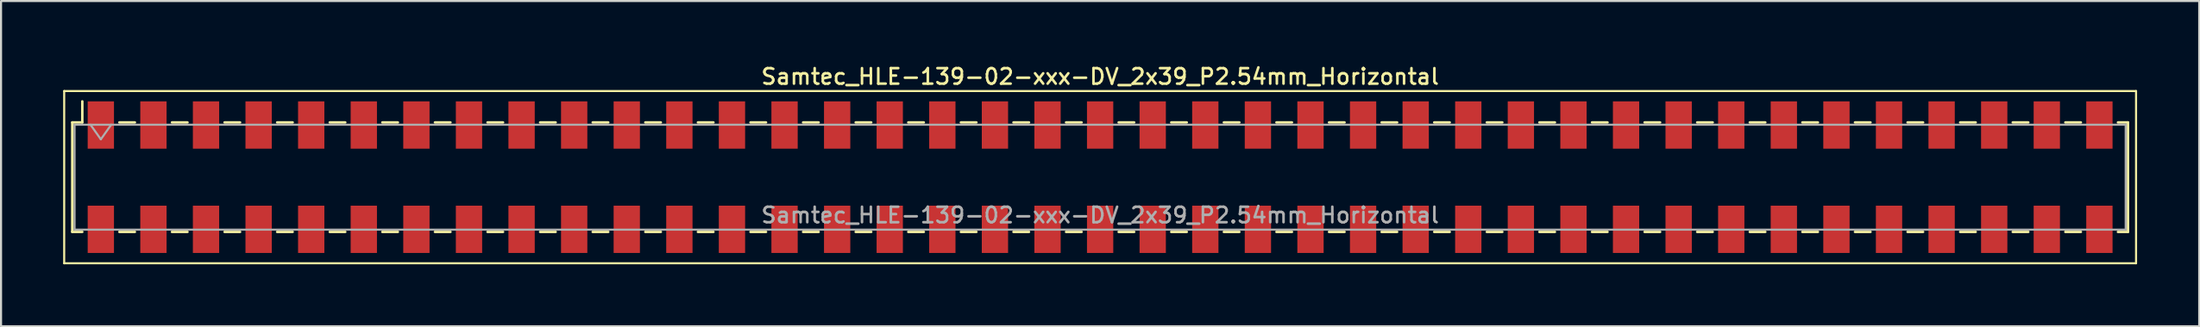
<source format=kicad_pcb>
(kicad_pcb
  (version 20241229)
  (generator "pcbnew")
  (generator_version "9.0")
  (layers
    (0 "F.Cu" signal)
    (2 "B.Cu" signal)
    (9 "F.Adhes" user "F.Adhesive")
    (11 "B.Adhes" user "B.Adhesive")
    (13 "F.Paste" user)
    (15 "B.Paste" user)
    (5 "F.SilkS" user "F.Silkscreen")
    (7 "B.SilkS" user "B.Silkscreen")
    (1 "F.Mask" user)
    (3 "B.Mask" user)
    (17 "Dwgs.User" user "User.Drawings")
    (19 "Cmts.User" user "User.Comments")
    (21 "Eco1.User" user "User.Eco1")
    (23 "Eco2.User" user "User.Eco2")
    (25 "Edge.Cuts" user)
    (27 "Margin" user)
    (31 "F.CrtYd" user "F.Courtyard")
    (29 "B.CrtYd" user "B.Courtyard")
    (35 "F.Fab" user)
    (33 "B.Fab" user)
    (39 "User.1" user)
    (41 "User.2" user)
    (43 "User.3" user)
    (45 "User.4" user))
  (footprint "Samtec_HLE-139-02-xxx-DV_2x39_P2.54mm_Horizontal"
    (layer "F.Cu")
    (at 50.08 5.528)
    (property "Reference" "Samtec_HLE-139-02-xxx-DV_2x39_P2.54mm_Horizontal" (at 0 -4.87 0) (layer "F.SilkS") (effects (font (size 0.75 0.75) (thickness 0.125))))
    (attr smd)
    (fp_line (start -50.03 -4.17) (end 50.03 -4.17) (stroke (width 0.1) (type solid)) (layer "F.SilkS"))
    (fp_line (start -50.03 4.17) (end -50.03 -4.17) (stroke (width 0.1) (type solid)) (layer "F.SilkS"))
    (fp_line (start -49.64 -2.65) (end -49.64 2.65) (stroke (width 0.12) (type solid)) (layer "F.SilkS"))
    (fp_line (start -49.64 2.65) (end -49.155 2.65) (stroke (width 0.12) (type solid)) (layer "F.SilkS"))
    (fp_line (start -49.155 -3.67) (end -49.155 -2.65) (stroke (width 0.12) (type solid)) (layer "F.SilkS"))
    (fp_line (start -49.155 -2.65) (end -49.64 -2.65) (stroke (width 0.12) (type solid)) (layer "F.SilkS"))
    (fp_line (start -47.365 -2.65) (end -46.615 -2.65) (stroke (width 0.12) (type solid)) (layer "F.SilkS"))
    (fp_line (start -47.365 2.65) (end -46.615 2.65) (stroke (width 0.12) (type solid)) (layer "F.SilkS"))
    (fp_line (start -44.825 -2.65) (end -44.075 -2.65) (stroke (width 0.12) (type solid)) (layer "F.SilkS"))
    (fp_line (start -44.825 2.65) (end -44.075 2.65) (stroke (width 0.12) (type solid)) (layer "F.SilkS"))
    (fp_line (start -42.285 -2.65) (end -41.535 -2.65) (stroke (width 0.12) (type solid)) (layer "F.SilkS"))
    (fp_line (start -42.285 2.65) (end -41.535 2.65) (stroke (width 0.12) (type solid)) (layer "F.SilkS"))
    (fp_line (start -39.745 -2.65) (end -38.995 -2.65) (stroke (width 0.12) (type solid)) (layer "F.SilkS"))
    (fp_line (start -39.745 2.65) (end -38.995 2.65) (stroke (width 0.12) (type solid)) (layer "F.SilkS"))
    (fp_line (start -37.205 -2.65) (end -36.455 -2.65) (stroke (width 0.12) (type solid)) (layer "F.SilkS"))
    (fp_line (start -37.205 2.65) (end -36.455 2.65) (stroke (width 0.12) (type solid)) (layer "F.SilkS"))
    (fp_line (start -34.665 -2.65) (end -33.915 -2.65) (stroke (width 0.12) (type solid)) (layer "F.SilkS"))
    (fp_line (start -34.665 2.65) (end -33.915 2.65) (stroke (width 0.12) (type solid)) (layer "F.SilkS"))
    (fp_line (start -32.125 -2.65) (end -31.375 -2.65) (stroke (width 0.12) (type solid)) (layer "F.SilkS"))
    (fp_line (start -32.125 2.65) (end -31.375 2.65) (stroke (width 0.12) (type solid)) (layer "F.SilkS"))
    (fp_line (start -29.585 -2.65) (end -28.835 -2.65) (stroke (width 0.12) (type solid)) (layer "F.SilkS"))
    (fp_line (start -29.585 2.65) (end -28.835 2.65) (stroke (width 0.12) (type solid)) (layer "F.SilkS"))
    (fp_line (start -27.045 -2.65) (end -26.295 -2.65) (stroke (width 0.12) (type solid)) (layer "F.SilkS"))
    (fp_line (start -27.045 2.65) (end -26.295 2.65) (stroke (width 0.12) (type solid)) (layer "F.SilkS"))
    (fp_line (start -24.505 -2.65) (end -23.755 -2.65) (stroke (width 0.12) (type solid)) (layer "F.SilkS"))
    (fp_line (start -24.505 2.65) (end -23.755 2.65) (stroke (width 0.12) (type solid)) (layer "F.SilkS"))
    (fp_line (start -21.965 -2.65) (end -21.215 -2.65) (stroke (width 0.12) (type solid)) (layer "F.SilkS"))
    (fp_line (start -21.965 2.65) (end -21.215 2.65) (stroke (width 0.12) (type solid)) (layer "F.SilkS"))
    (fp_line (start -19.425 -2.65) (end -18.675 -2.65) (stroke (width 0.12) (type solid)) (layer "F.SilkS"))
    (fp_line (start -19.425 2.65) (end -18.675 2.65) (stroke (width 0.12) (type solid)) (layer "F.SilkS"))
    (fp_line (start -16.885 -2.65) (end -16.135 -2.65) (stroke (width 0.12) (type solid)) (layer "F.SilkS"))
    (fp_line (start -16.885 2.65) (end -16.135 2.65) (stroke (width 0.12) (type solid)) (layer "F.SilkS"))
    (fp_line (start -14.345 -2.65) (end -13.595 -2.65) (stroke (width 0.12) (type solid)) (layer "F.SilkS"))
    (fp_line (start -14.345 2.65) (end -13.595 2.65) (stroke (width 0.12) (type solid)) (layer "F.SilkS"))
    (fp_line (start -11.805 -2.65) (end -11.055 -2.65) (stroke (width 0.12) (type solid)) (layer "F.SilkS"))
    (fp_line (start -11.805 2.65) (end -11.055 2.65) (stroke (width 0.12) (type solid)) (layer "F.SilkS"))
    (fp_line (start -9.265 -2.65) (end -8.515 -2.65) (stroke (width 0.12) (type solid)) (layer "F.SilkS"))
    (fp_line (start -9.265 2.65) (end -8.515 2.65) (stroke (width 0.12) (type solid)) (layer "F.SilkS"))
    (fp_line (start -6.725 -2.65) (end -5.975 -2.65) (stroke (width 0.12) (type solid)) (layer "F.SilkS"))
    (fp_line (start -6.725 2.65) (end -5.975 2.65) (stroke (width 0.12) (type solid)) (layer "F.SilkS"))
    (fp_line (start -4.185 -2.65) (end -3.435 -2.65) (stroke (width 0.12) (type solid)) (layer "F.SilkS"))
    (fp_line (start -4.185 2.65) (end -3.435 2.65) (stroke (width 0.12) (type solid)) (layer "F.SilkS"))
    (fp_line (start -1.645 -2.65) (end -0.895 -2.65) (stroke (width 0.12) (type solid)) (layer "F.SilkS"))
    (fp_line (start -1.645 2.65) (end -0.895 2.65) (stroke (width 0.12) (type solid)) (layer "F.SilkS"))
    (fp_line (start 0.895 -2.65) (end 1.645 -2.65) (stroke (width 0.12) (type solid)) (layer "F.SilkS"))
    (fp_line (start 0.895 2.65) (end 1.645 2.65) (stroke (width 0.12) (type solid)) (layer "F.SilkS"))
    (fp_line (start 3.435 -2.65) (end 4.185 -2.65) (stroke (width 0.12) (type solid)) (layer "F.SilkS"))
    (fp_line (start 3.435 2.65) (end 4.185 2.65) (stroke (width 0.12) (type solid)) (layer "F.SilkS"))
    (fp_line (start 5.975 -2.65) (end 6.725 -2.65) (stroke (width 0.12) (type solid)) (layer "F.SilkS"))
    (fp_line (start 5.975 2.65) (end 6.725 2.65) (stroke (width 0.12) (type solid)) (layer "F.SilkS"))
    (fp_line (start 8.515 -2.65) (end 9.265 -2.65) (stroke (width 0.12) (type solid)) (layer "F.SilkS"))
    (fp_line (start 8.515 2.65) (end 9.265 2.65) (stroke (width 0.12) (type solid)) (layer "F.SilkS"))
    (fp_line (start 11.055 -2.65) (end 11.805 -2.65) (stroke (width 0.12) (type solid)) (layer "F.SilkS"))
    (fp_line (start 11.055 2.65) (end 11.805 2.65) (stroke (width 0.12) (type solid)) (layer "F.SilkS"))
    (fp_line (start 13.595 -2.65) (end 14.345 -2.65) (stroke (width 0.12) (type solid)) (layer "F.SilkS"))
    (fp_line (start 13.595 2.65) (end 14.345 2.65) (stroke (width 0.12) (type solid)) (layer "F.SilkS"))
    (fp_line (start 16.135 -2.65) (end 16.885 -2.65) (stroke (width 0.12) (type solid)) (layer "F.SilkS"))
    (fp_line (start 16.135 2.65) (end 16.885 2.65) (stroke (width 0.12) (type solid)) (layer "F.SilkS"))
    (fp_line (start 18.675 -2.65) (end 19.425 -2.65) (stroke (width 0.12) (type solid)) (layer "F.SilkS"))
    (fp_line (start 18.675 2.65) (end 19.425 2.65) (stroke (width 0.12) (type solid)) (layer "F.SilkS"))
    (fp_line (start 21.215 -2.65) (end 21.965 -2.65) (stroke (width 0.12) (type solid)) (layer "F.SilkS"))
    (fp_line (start 21.215 2.65) (end 21.965 2.65) (stroke (width 0.12) (type solid)) (layer "F.SilkS"))
    (fp_line (start 23.755 -2.65) (end 24.505 -2.65) (stroke (width 0.12) (type solid)) (layer "F.SilkS"))
    (fp_line (start 23.755 2.65) (end 24.505 2.65) (stroke (width 0.12) (type solid)) (layer "F.SilkS"))
    (fp_line (start 26.295 -2.65) (end 27.045 -2.65) (stroke (width 0.12) (type solid)) (layer "F.SilkS"))
    (fp_line (start 26.295 2.65) (end 27.045 2.65) (stroke (width 0.12) (type solid)) (layer "F.SilkS"))
    (fp_line (start 28.835 -2.65) (end 29.585 -2.65) (stroke (width 0.12) (type solid)) (layer "F.SilkS"))
    (fp_line (start 28.835 2.65) (end 29.585 2.65) (stroke (width 0.12) (type solid)) (layer "F.SilkS"))
    (fp_line (start 31.375 -2.65) (end 32.125 -2.65) (stroke (width 0.12) (type solid)) (layer "F.SilkS"))
    (fp_line (start 31.375 2.65) (end 32.125 2.65) (stroke (width 0.12) (type solid)) (layer "F.SilkS"))
    (fp_line (start 33.915 -2.65) (end 34.665 -2.65) (stroke (width 0.12) (type solid)) (layer "F.SilkS"))
    (fp_line (start 33.915 2.65) (end 34.665 2.65) (stroke (width 0.12) (type solid)) (layer "F.SilkS"))
    (fp_line (start 36.455 -2.65) (end 37.205 -2.65) (stroke (width 0.12) (type solid)) (layer "F.SilkS"))
    (fp_line (start 36.455 2.65) (end 37.205 2.65) (stroke (width 0.12) (type solid)) (layer "F.SilkS"))
    (fp_line (start 38.995 -2.65) (end 39.745 -2.65) (stroke (width 0.12) (type solid)) (layer "F.SilkS"))
    (fp_line (start 38.995 2.65) (end 39.745 2.65) (stroke (width 0.12) (type solid)) (layer "F.SilkS"))
    (fp_line (start 41.535 -2.65) (end 42.285 -2.65) (stroke (width 0.12) (type solid)) (layer "F.SilkS"))
    (fp_line (start 41.535 2.65) (end 42.285 2.65) (stroke (width 0.12) (type solid)) (layer "F.SilkS"))
    (fp_line (start 44.075 -2.65) (end 44.825 -2.65) (stroke (width 0.12) (type solid)) (layer "F.SilkS"))
    (fp_line (start 44.075 2.65) (end 44.825 2.65) (stroke (width 0.12) (type solid)) (layer "F.SilkS"))
    (fp_line (start 46.615 -2.65) (end 47.365 -2.65) (stroke (width 0.12) (type solid)) (layer "F.SilkS"))
    (fp_line (start 46.615 2.65) (end 47.365 2.65) (stroke (width 0.12) (type solid)) (layer "F.SilkS"))
    (fp_line (start 49.155 -2.65) (end 49.64 -2.65) (stroke (width 0.12) (type solid)) (layer "F.SilkS"))
    (fp_line (start 49.64 -2.65) (end 49.64 2.65) (stroke (width 0.12) (type solid)) (layer "F.SilkS"))
    (fp_line (start 49.64 2.65) (end 49.155 2.65) (stroke (width 0.12) (type solid)) (layer "F.SilkS"))
    (fp_line (start 50.03 -4.17) (end 50.03 4.17) (stroke (width 0.1) (type solid)) (layer "F.SilkS"))
    (fp_line (start 50.03 4.17) (end -50.03 4.17) (stroke (width 0.1) (type solid)) (layer "F.SilkS"))
    (fp_line (start -49.53 -2.54) (end 49.53 -2.54) (stroke (width 0.1) (type solid)) (layer "F.Fab"))
    (fp_line (start -49.53 2.54) (end -49.53 -2.54) (stroke (width 0.1) (type solid)) (layer "F.Fab"))
    (fp_line (start -48.76 -2.54) (end -48.26 -1.833) (stroke (width 0.1) (type solid)) (layer "F.Fab"))
    (fp_line (start -48.26 -1.833) (end -47.76 -2.54) (stroke (width 0.1) (type solid)) (layer "F.Fab"))
    (fp_line (start 49.53 -2.54) (end 49.53 2.54) (stroke (width 0.1) (type solid)) (layer "F.Fab"))
    (fp_line (start 49.53 2.54) (end -49.53 2.54) (stroke (width 0.1) (type solid)) (layer "F.Fab"))
    (fp_text user "${REFERENCE}" (at 0 1.84 0) (layer "F.Fab") (effects (font (size 0.75 0.75) (thickness 0.125))))
    (pad "1" smd rect (at -48.26 -2.525) (size 1.27 2.29) (layers "F.Cu" "F.Mask" "F.Paste"))
    (pad "2" smd rect (at -48.26 2.525) (size 1.27 2.29) (layers "F.Cu" "F.Mask" "F.Paste"))
    (pad "3" smd rect (at -45.72 -2.525) (size 1.27 2.29) (layers "F.Cu" "F.Mask" "F.Paste"))
    (pad "4" smd rect (at -45.72 2.525) (size 1.27 2.29) (layers "F.Cu" "F.Mask" "F.Paste"))
    (pad "5" smd rect (at -43.18 -2.525) (size 1.27 2.29) (layers "F.Cu" "F.Mask" "F.Paste"))
    (pad "6" smd rect (at -43.18 2.525) (size 1.27 2.29) (layers "F.Cu" "F.Mask" "F.Paste"))
    (pad "7" smd rect (at -40.64 -2.525) (size 1.27 2.29) (layers "F.Cu" "F.Mask" "F.Paste"))
    (pad "8" smd rect (at -40.64 2.525) (size 1.27 2.29) (layers "F.Cu" "F.Mask" "F.Paste"))
    (pad "9" smd rect (at -38.1 -2.525) (size 1.27 2.29) (layers "F.Cu" "F.Mask" "F.Paste"))
    (pad "10" smd rect (at -38.1 2.525) (size 1.27 2.29) (layers "F.Cu" "F.Mask" "F.Paste"))
    (pad "11" smd rect (at -35.56 -2.525) (size 1.27 2.29) (layers "F.Cu" "F.Mask" "F.Paste"))
    (pad "12" smd rect (at -35.56 2.525) (size 1.27 2.29) (layers "F.Cu" "F.Mask" "F.Paste"))
    (pad "13" smd rect (at -33.02 -2.525) (size 1.27 2.29) (layers "F.Cu" "F.Mask" "F.Paste"))
    (pad "14" smd rect (at -33.02 2.525) (size 1.27 2.29) (layers "F.Cu" "F.Mask" "F.Paste"))
    (pad "15" smd rect (at -30.48 -2.525) (size 1.27 2.29) (layers "F.Cu" "F.Mask" "F.Paste"))
    (pad "16" smd rect (at -30.48 2.525) (size 1.27 2.29) (layers "F.Cu" "F.Mask" "F.Paste"))
    (pad "17" smd rect (at -27.94 -2.525) (size 1.27 2.29) (layers "F.Cu" "F.Mask" "F.Paste"))
    (pad "18" smd rect (at -27.94 2.525) (size 1.27 2.29) (layers "F.Cu" "F.Mask" "F.Paste"))
    (pad "19" smd rect (at -25.4 -2.525) (size 1.27 2.29) (layers "F.Cu" "F.Mask" "F.Paste"))
    (pad "20" smd rect (at -25.4 2.525) (size 1.27 2.29) (layers "F.Cu" "F.Mask" "F.Paste"))
    (pad "21" smd rect (at -22.86 -2.525) (size 1.27 2.29) (layers "F.Cu" "F.Mask" "F.Paste"))
    (pad "22" smd rect (at -22.86 2.525) (size 1.27 2.29) (layers "F.Cu" "F.Mask" "F.Paste"))
    (pad "23" smd rect (at -20.32 -2.525) (size 1.27 2.29) (layers "F.Cu" "F.Mask" "F.Paste"))
    (pad "24" smd rect (at -20.32 2.525) (size 1.27 2.29) (layers "F.Cu" "F.Mask" "F.Paste"))
    (pad "25" smd rect (at -17.78 -2.525) (size 1.27 2.29) (layers "F.Cu" "F.Mask" "F.Paste"))
    (pad "26" smd rect (at -17.78 2.525) (size 1.27 2.29) (layers "F.Cu" "F.Mask" "F.Paste"))
    (pad "27" smd rect (at -15.24 -2.525) (size 1.27 2.29) (layers "F.Cu" "F.Mask" "F.Paste"))
    (pad "28" smd rect (at -15.24 2.525) (size 1.27 2.29) (layers "F.Cu" "F.Mask" "F.Paste"))
    (pad "29" smd rect (at -12.7 -2.525) (size 1.27 2.29) (layers "F.Cu" "F.Mask" "F.Paste"))
    (pad "30" smd rect (at -12.7 2.525) (size 1.27 2.29) (layers "F.Cu" "F.Mask" "F.Paste"))
    (pad "31" smd rect (at -10.16 -2.525) (size 1.27 2.29) (layers "F.Cu" "F.Mask" "F.Paste"))
    (pad "32" smd rect (at -10.16 2.525) (size 1.27 2.29) (layers "F.Cu" "F.Mask" "F.Paste"))
    (pad "33" smd rect (at -7.62 -2.525) (size 1.27 2.29) (layers "F.Cu" "F.Mask" "F.Paste"))
    (pad "34" smd rect (at -7.62 2.525) (size 1.27 2.29) (layers "F.Cu" "F.Mask" "F.Paste"))
    (pad "35" smd rect (at -5.08 -2.525) (size 1.27 2.29) (layers "F.Cu" "F.Mask" "F.Paste"))
    (pad "36" smd rect (at -5.08 2.525) (size 1.27 2.29) (layers "F.Cu" "F.Mask" "F.Paste"))
    (pad "37" smd rect (at -2.54 -2.525) (size 1.27 2.29) (layers "F.Cu" "F.Mask" "F.Paste"))
    (pad "38" smd rect (at -2.54 2.525) (size 1.27 2.29) (layers "F.Cu" "F.Mask" "F.Paste"))
    (pad "39" smd rect (at 0 -2.525) (size 1.27 2.29) (layers "F.Cu" "F.Mask" "F.Paste"))
    (pad "40" smd rect (at 0 2.525) (size 1.27 2.29) (layers "F.Cu" "F.Mask" "F.Paste"))
    (pad "41" smd rect (at 2.54 -2.525) (size 1.27 2.29) (layers "F.Cu" "F.Mask" "F.Paste"))
    (pad "42" smd rect (at 2.54 2.525) (size 1.27 2.29) (layers "F.Cu" "F.Mask" "F.Paste"))
    (pad "43" smd rect (at 5.08 -2.525) (size 1.27 2.29) (layers "F.Cu" "F.Mask" "F.Paste"))
    (pad "44" smd rect (at 5.08 2.525) (size 1.27 2.29) (layers "F.Cu" "F.Mask" "F.Paste"))
    (pad "45" smd rect (at 7.62 -2.525) (size 1.27 2.29) (layers "F.Cu" "F.Mask" "F.Paste"))
    (pad "46" smd rect (at 7.62 2.525) (size 1.27 2.29) (layers "F.Cu" "F.Mask" "F.Paste"))
    (pad "47" smd rect (at 10.16 -2.525) (size 1.27 2.29) (layers "F.Cu" "F.Mask" "F.Paste"))
    (pad "48" smd rect (at 10.16 2.525) (size 1.27 2.29) (layers "F.Cu" "F.Mask" "F.Paste"))
    (pad "49" smd rect (at 12.7 -2.525) (size 1.27 2.29) (layers "F.Cu" "F.Mask" "F.Paste"))
    (pad "50" smd rect (at 12.7 2.525) (size 1.27 2.29) (layers "F.Cu" "F.Mask" "F.Paste"))
    (pad "51" smd rect (at 15.24 -2.525) (size 1.27 2.29) (layers "F.Cu" "F.Mask" "F.Paste"))
    (pad "52" smd rect (at 15.24 2.525) (size 1.27 2.29) (layers "F.Cu" "F.Mask" "F.Paste"))
    (pad "53" smd rect (at 17.78 -2.525) (size 1.27 2.29) (layers "F.Cu" "F.Mask" "F.Paste"))
    (pad "54" smd rect (at 17.78 2.525) (size 1.27 2.29) (layers "F.Cu" "F.Mask" "F.Paste"))
    (pad "55" smd rect (at 20.32 -2.525) (size 1.27 2.29) (layers "F.Cu" "F.Mask" "F.Paste"))
    (pad "56" smd rect (at 20.32 2.525) (size 1.27 2.29) (layers "F.Cu" "F.Mask" "F.Paste"))
    (pad "57" smd rect (at 22.86 -2.525) (size 1.27 2.29) (layers "F.Cu" "F.Mask" "F.Paste"))
    (pad "58" smd rect (at 22.86 2.525) (size 1.27 2.29) (layers "F.Cu" "F.Mask" "F.Paste"))
    (pad "59" smd rect (at 25.4 -2.525) (size 1.27 2.29) (layers "F.Cu" "F.Mask" "F.Paste"))
    (pad "60" smd rect (at 25.4 2.525) (size 1.27 2.29) (layers "F.Cu" "F.Mask" "F.Paste"))
    (pad "61" smd rect (at 27.94 -2.525) (size 1.27 2.29) (layers "F.Cu" "F.Mask" "F.Paste"))
    (pad "62" smd rect (at 27.94 2.525) (size 1.27 2.29) (layers "F.Cu" "F.Mask" "F.Paste"))
    (pad "63" smd rect (at 30.48 -2.525) (size 1.27 2.29) (layers "F.Cu" "F.Mask" "F.Paste"))
    (pad "64" smd rect (at 30.48 2.525) (size 1.27 2.29) (layers "F.Cu" "F.Mask" "F.Paste"))
    (pad "65" smd rect (at 33.02 -2.525) (size 1.27 2.29) (layers "F.Cu" "F.Mask" "F.Paste"))
    (pad "66" smd rect (at 33.02 2.525) (size 1.27 2.29) (layers "F.Cu" "F.Mask" "F.Paste"))
    (pad "67" smd rect (at 35.56 -2.525) (size 1.27 2.29) (layers "F.Cu" "F.Mask" "F.Paste"))
    (pad "68" smd rect (at 35.56 2.525) (size 1.27 2.29) (layers "F.Cu" "F.Mask" "F.Paste"))
    (pad "69" smd rect (at 38.1 -2.525) (size 1.27 2.29) (layers "F.Cu" "F.Mask" "F.Paste"))
    (pad "70" smd rect (at 38.1 2.525) (size 1.27 2.29) (layers "F.Cu" "F.Mask" "F.Paste"))
    (pad "71" smd rect (at 40.64 -2.525) (size 1.27 2.29) (layers "F.Cu" "F.Mask" "F.Paste"))
    (pad "72" smd rect (at 40.64 2.525) (size 1.27 2.29) (layers "F.Cu" "F.Mask" "F.Paste"))
    (pad "73" smd rect (at 43.18 -2.525) (size 1.27 2.29) (layers "F.Cu" "F.Mask" "F.Paste"))
    (pad "74" smd rect (at 43.18 2.525) (size 1.27 2.29) (layers "F.Cu" "F.Mask" "F.Paste"))
    (pad "75" smd rect (at 45.72 -2.525) (size 1.27 2.29) (layers "F.Cu" "F.Mask" "F.Paste"))
    (pad "76" smd rect (at 45.72 2.525) (size 1.27 2.29) (layers "F.Cu" "F.Mask" "F.Paste"))
    (pad "77" smd rect (at 48.26 -2.525) (size 1.27 2.29) (layers "F.Cu" "F.Mask" "F.Paste"))
    (pad "78" smd rect (at 48.26 2.525) (size 1.27 2.29) (layers "F.Cu" "F.Mask" "F.Paste")))
  (gr_rect
    (start -3 -3)
    (end 103.16 12.748)
    (stroke (width 0.1) (type default))
    (fill no)
    (layer "Edge.Cuts")))
</source>
